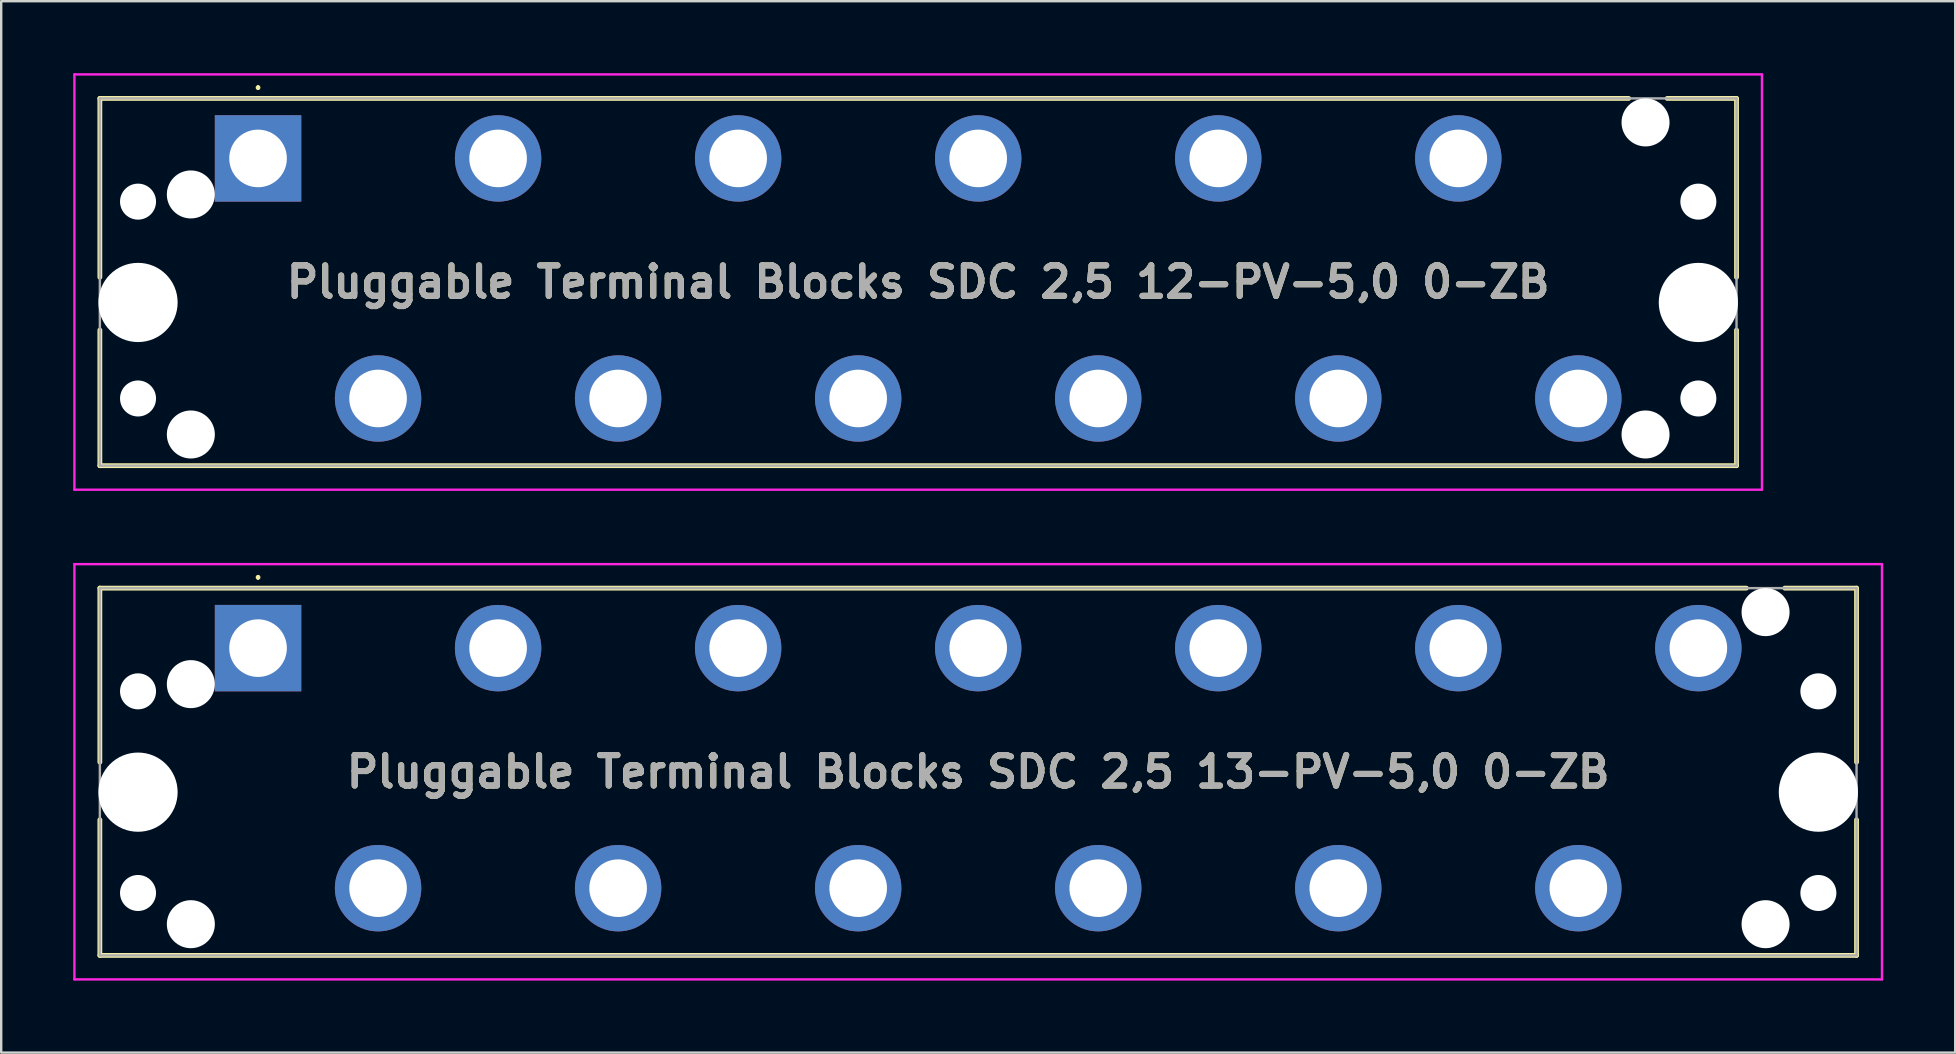
<source format=kicad_pcb>
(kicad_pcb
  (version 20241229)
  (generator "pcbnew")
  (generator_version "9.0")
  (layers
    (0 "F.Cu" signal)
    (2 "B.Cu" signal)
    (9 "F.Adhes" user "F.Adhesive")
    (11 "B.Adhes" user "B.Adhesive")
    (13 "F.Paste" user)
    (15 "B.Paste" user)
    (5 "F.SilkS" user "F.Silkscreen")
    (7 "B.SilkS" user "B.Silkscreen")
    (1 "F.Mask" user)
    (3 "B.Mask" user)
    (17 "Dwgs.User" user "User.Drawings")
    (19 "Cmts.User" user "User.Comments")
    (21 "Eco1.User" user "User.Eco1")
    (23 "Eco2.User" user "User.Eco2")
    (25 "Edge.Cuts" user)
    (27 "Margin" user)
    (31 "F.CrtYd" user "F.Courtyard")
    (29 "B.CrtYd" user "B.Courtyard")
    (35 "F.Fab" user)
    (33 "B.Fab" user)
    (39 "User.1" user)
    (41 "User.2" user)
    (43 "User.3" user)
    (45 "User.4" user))
  (footprint "Pluggable Terminal Blocks SDC 2,5 12-PV-5,0 0-ZB"
    (layer "F.Cu")
    (at 7.7 3.55)
    (property "Reference" "Pluggable Terminal Blocks SDC 2,5 12-PV-5,0 0-ZB" (at 27.5 5.15 0) (layer "F.SilkS") (effects (font (size 1.27 1.27) (thickness 0.254))))
    (attr through_hole)
    (fp_line (start -6.59 -2.5) (end -6.59 4.95) (stroke (width 0.2) (type solid)) (layer "F.SilkS"))
    (fp_line (start -6.59 7.15) (end -6.59 12.8) (stroke (width 0.2) (type solid)) (layer "F.SilkS"))
    (fp_line (start -6.59 12.8) (end 61.59 12.8) (stroke (width 0.2) (type solid)) (layer "F.SilkS"))
    (fp_line (start 0 -3) (end 0 -3) (stroke (width 0.1) (type solid)) (layer "F.SilkS"))
    (fp_line (start 0 -2.9) (end 0 -2.9) (stroke (width 0.1) (type solid)) (layer "F.SilkS"))
    (fp_line (start 57.1 -2.5) (end -6.59 -2.5) (stroke (width 0.2) (type solid)) (layer "F.SilkS"))
    (fp_line (start 61.59 -2.5) (end 58.7 -2.5) (stroke (width 0.2) (type solid)) (layer "F.SilkS"))
    (fp_line (start 61.59 4.95) (end 61.59 -2.5) (stroke (width 0.2) (type solid)) (layer "F.SilkS"))
    (fp_line (start 61.59 12.8) (end 61.59 7.15) (stroke (width 0.2) (type solid)) (layer "F.SilkS"))
    (fp_arc (start 0 -3) (mid 0.05 -2.95) (end 0 -2.9) (stroke (width 0.1) (type solid)) (layer "F.SilkS"))
    (fp_arc (start 0 -2.9) (mid -0.05 -2.95) (end 0 -3) (stroke (width 0.1) (type solid)) (layer "F.SilkS"))
    (fp_line (start -7.65 -3.5) (end 62.65 -3.5) (stroke (width 0.1) (type solid)) (layer "F.CrtYd"))
    (fp_line (start -7.65 13.8) (end -7.65 -3.5) (stroke (width 0.1) (type solid)) (layer "F.CrtYd"))
    (fp_line (start 62.65 -3.5) (end 62.65 13.8) (stroke (width 0.1) (type solid)) (layer "F.CrtYd"))
    (fp_line (start 62.65 13.8) (end -7.65 13.8) (stroke (width 0.1) (type solid)) (layer "F.CrtYd"))
    (fp_line (start -6.59 -2.5) (end -6.59 12.8) (stroke (width 0.1) (type solid)) (layer "F.Fab"))
    (fp_line (start -6.59 12.8) (end 61.59 12.8) (stroke (width 0.1) (type solid)) (layer "F.Fab"))
    (fp_line (start 61.59 -2.5) (end -6.59 -2.5) (stroke (width 0.1) (type solid)) (layer "F.Fab"))
    (fp_line (start 61.59 12.8) (end 61.59 -2.5) (stroke (width 0.1) (type solid)) (layer "F.Fab"))
    (fp_text user "${REFERENCE}" (at 27.5 5.15 0) (layer "F.Fab") (effects (font (size 1.27 1.27) (thickness 0.254))))
    (pad "" np_thru_hole circle (at -5 1.8) (size 1.5 1.5) (drill 1.5) (layers "*.Cu" "*.Mask"))
    (pad "" np_thru_hole circle (at -5 6) (size 3.3 3.3) (drill 3.3) (layers "*.Cu" "*.Mask"))
    (pad "" np_thru_hole circle (at -5 10) (size 1.5 1.5) (drill 1.5) (layers "*.Cu" "*.Mask"))
    (pad "" np_thru_hole circle (at -2.8 1.5) (size 2 2) (drill 2) (layers "*.Cu" "*.Mask"))
    (pad "" np_thru_hole circle (at -2.8 11.5) (size 2 2) (drill 2) (layers "*.Cu" "*.Mask"))
    (pad "" np_thru_hole circle (at 57.8 -1.5) (size 2 2) (drill 2) (layers "*.Cu" "*.Mask"))
    (pad "" np_thru_hole circle (at 57.8 11.5) (size 2 2) (drill 2) (layers "*.Cu" "*.Mask"))
    (pad "" np_thru_hole circle (at 60 1.8) (size 1.5 1.5) (drill 1.5) (layers "*.Cu" "*.Mask"))
    (pad "" np_thru_hole circle (at 60 6) (size 3.3 3.3) (drill 3.3) (layers "*.Cu" "*.Mask"))
    (pad "" np_thru_hole circle (at 60 10) (size 1.5 1.5) (drill 1.5) (layers "*.Cu" "*.Mask"))
    (pad "1" thru_hole rect (at 0 0) (size 3.6 3.6) (drill 2.4) (layers "*.Cu" "*.Mask"))
    (pad "2" thru_hole circle (at 5 10) (size 3.6 3.6) (drill 2.4) (layers "*.Cu" "*.Mask"))
    (pad "3" thru_hole circle (at 10 0) (size 3.6 3.6) (drill 2.4) (layers "*.Cu" "*.Mask"))
    (pad "4" thru_hole circle (at 15 10) (size 3.6 3.6) (drill 2.4) (layers "*.Cu" "*.Mask"))
    (pad "5" thru_hole circle (at 20 0) (size 3.6 3.6) (drill 2.4) (layers "*.Cu" "*.Mask"))
    (pad "6" thru_hole circle (at 25 10) (size 3.6 3.6) (drill 2.4) (layers "*.Cu" "*.Mask"))
    (pad "7" thru_hole circle (at 30 0) (size 3.6 3.6) (drill 2.4) (layers "*.Cu" "*.Mask"))
    (pad "8" thru_hole circle (at 35 10) (size 3.6 3.6) (drill 2.4) (layers "*.Cu" "*.Mask"))
    (pad "9" thru_hole circle (at 40 0) (size 3.6 3.6) (drill 2.4) (layers "*.Cu" "*.Mask"))
    (pad "10" thru_hole circle (at 45 10) (size 3.6 3.6) (drill 2.4) (layers "*.Cu" "*.Mask"))
    (pad "11" thru_hole circle (at 50 0) (size 3.6 3.6) (drill 2.4) (layers "*.Cu" "*.Mask"))
    (pad "12" thru_hole circle (at 55 10) (size 3.6 3.6) (drill 2.4) (layers "*.Cu" "*.Mask")))
  (footprint "Pluggable Terminal Blocks SDC 2,5 13-PV-5,0 0-ZB"
    (layer "F.Cu")
    (at 7.7 23.95)
    (property "Reference" "Pluggable Terminal Blocks SDC 2,5 13-PV-5,0 0-ZB" (at 30 5.15 0) (layer "F.SilkS") (effects (font (size 1.27 1.27) (thickness 0.254))))
    (attr through_hole)
    (fp_line (start -6.59 -2.5) (end -6.59 4.75) (stroke (width 0.2) (type solid)) (layer "F.SilkS"))
    (fp_line (start -6.59 7.15) (end -6.59 12.8) (stroke (width 0.2) (type solid)) (layer "F.SilkS"))
    (fp_line (start -6.59 12.8) (end 66.59 12.8) (stroke (width 0.2) (type solid)) (layer "F.SilkS"))
    (fp_line (start 0 -3) (end 0 -3) (stroke (width 0.1) (type solid)) (layer "F.SilkS"))
    (fp_line (start 0 -2.9) (end 0 -2.9) (stroke (width 0.1) (type solid)) (layer "F.SilkS"))
    (fp_line (start 62 -2.5) (end -6.59 -2.5) (stroke (width 0.2) (type solid)) (layer "F.SilkS"))
    (fp_line (start 66.59 -2.5) (end 63.6 -2.5) (stroke (width 0.2) (type solid)) (layer "F.SilkS"))
    (fp_line (start 66.59 4.75) (end 66.59 -2.5) (stroke (width 0.2) (type solid)) (layer "F.SilkS"))
    (fp_line (start 66.59 12.8) (end 66.59 7.15) (stroke (width 0.2) (type solid)) (layer "F.SilkS"))
    (fp_arc (start 0 -3) (mid 0.05 -2.95) (end 0 -2.9) (stroke (width 0.1) (type solid)) (layer "F.SilkS"))
    (fp_arc (start 0 -2.9) (mid -0.05 -2.95) (end 0 -3) (stroke (width 0.1) (type solid)) (layer "F.SilkS"))
    (fp_line (start -7.65 -3.5) (end 67.65 -3.5) (stroke (width 0.1) (type solid)) (layer "F.CrtYd"))
    (fp_line (start -7.65 13.8) (end -7.65 -3.5) (stroke (width 0.1) (type solid)) (layer "F.CrtYd"))
    (fp_line (start 67.65 -3.5) (end 67.65 13.8) (stroke (width 0.1) (type solid)) (layer "F.CrtYd"))
    (fp_line (start 67.65 13.8) (end -7.65 13.8) (stroke (width 0.1) (type solid)) (layer "F.CrtYd"))
    (fp_line (start -6.59 -2.5) (end -6.59 12.8) (stroke (width 0.1) (type solid)) (layer "F.Fab"))
    (fp_line (start -6.59 12.8) (end 66.59 12.8) (stroke (width 0.1) (type solid)) (layer "F.Fab"))
    (fp_line (start 66.59 -2.5) (end -6.59 -2.5) (stroke (width 0.1) (type solid)) (layer "F.Fab"))
    (fp_line (start 66.59 12.8) (end 66.59 -2.5) (stroke (width 0.1) (type solid)) (layer "F.Fab"))
    (fp_text user "${REFERENCE}" (at 30 5.15 0) (layer "F.Fab") (effects (font (size 1.27 1.27) (thickness 0.254))))
    (pad "" np_thru_hole circle (at -5 1.8) (size 1.5 1.5) (drill 1.5) (layers "*.Cu" "*.Mask"))
    (pad "" np_thru_hole circle (at -5 6) (size 3.3 3.3) (drill 3.3) (layers "*.Cu" "*.Mask"))
    (pad "" np_thru_hole circle (at -5 10.2) (size 1.5 1.5) (drill 1.5) (layers "*.Cu" "*.Mask"))
    (pad "" np_thru_hole circle (at -2.8 1.5) (size 2 2) (drill 2) (layers "*.Cu" "*.Mask"))
    (pad "" np_thru_hole circle (at -2.8 11.5) (size 2 2) (drill 2) (layers "*.Cu" "*.Mask"))
    (pad "" np_thru_hole circle (at 62.8 -1.5) (size 2 2) (drill 2) (layers "*.Cu" "*.Mask"))
    (pad "" np_thru_hole circle (at 62.8 11.5) (size 2 2) (drill 2) (layers "*.Cu" "*.Mask"))
    (pad "" np_thru_hole circle (at 65 1.8) (size 1.5 1.5) (drill 1.5) (layers "*.Cu" "*.Mask"))
    (pad "" np_thru_hole circle (at 65 6) (size 3.3 3.3) (drill 3.3) (layers "*.Cu" "*.Mask"))
    (pad "" np_thru_hole circle (at 65 10.2) (size 1.5 1.5) (drill 1.5) (layers "*.Cu" "*.Mask"))
    (pad "1" thru_hole rect (at 0 0) (size 3.6 3.6) (drill 2.4) (layers "*.Cu" "*.Mask"))
    (pad "2" thru_hole circle (at 5 10) (size 3.6 3.6) (drill 2.4) (layers "*.Cu" "*.Mask"))
    (pad "3" thru_hole circle (at 10 0) (size 3.6 3.6) (drill 2.4) (layers "*.Cu" "*.Mask"))
    (pad "4" thru_hole circle (at 15 10) (size 3.6 3.6) (drill 2.4) (layers "*.Cu" "*.Mask"))
    (pad "5" thru_hole circle (at 20 0) (size 3.6 3.6) (drill 2.4) (layers "*.Cu" "*.Mask"))
    (pad "6" thru_hole circle (at 25 10) (size 3.6 3.6) (drill 2.4) (layers "*.Cu" "*.Mask"))
    (pad "7" thru_hole circle (at 30 0) (size 3.6 3.6) (drill 2.4) (layers "*.Cu" "*.Mask"))
    (pad "8" thru_hole circle (at 35 10) (size 3.6 3.6) (drill 2.4) (layers "*.Cu" "*.Mask"))
    (pad "9" thru_hole circle (at 40 0) (size 3.6 3.6) (drill 2.4) (layers "*.Cu" "*.Mask"))
    (pad "10" thru_hole circle (at 45 10) (size 3.6 3.6) (drill 2.4) (layers "*.Cu" "*.Mask"))
    (pad "11" thru_hole circle (at 50 0) (size 3.6 3.6) (drill 2.4) (layers "*.Cu" "*.Mask"))
    (pad "12" thru_hole circle (at 55 10) (size 3.6 3.6) (drill 2.4) (layers "*.Cu" "*.Mask"))
    (pad "13" thru_hole circle (at 60 0) (size 3.6 3.6) (drill 2.4) (layers "*.Cu" "*.Mask")))
  (gr_rect
    (start -3 -3)
    (end 78.4 40.8)
    (stroke (width 0.1) (type default))
    (fill no)
    (layer "Edge.Cuts")))
</source>
